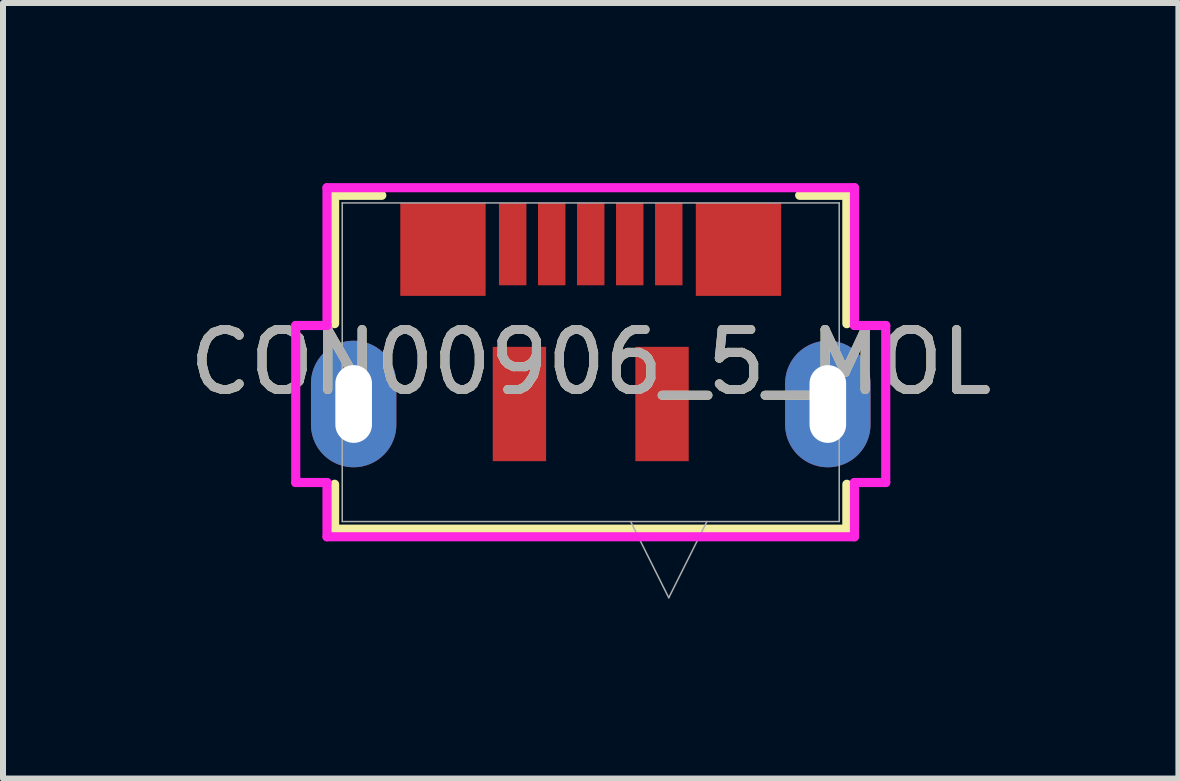
<source format=kicad_pcb>
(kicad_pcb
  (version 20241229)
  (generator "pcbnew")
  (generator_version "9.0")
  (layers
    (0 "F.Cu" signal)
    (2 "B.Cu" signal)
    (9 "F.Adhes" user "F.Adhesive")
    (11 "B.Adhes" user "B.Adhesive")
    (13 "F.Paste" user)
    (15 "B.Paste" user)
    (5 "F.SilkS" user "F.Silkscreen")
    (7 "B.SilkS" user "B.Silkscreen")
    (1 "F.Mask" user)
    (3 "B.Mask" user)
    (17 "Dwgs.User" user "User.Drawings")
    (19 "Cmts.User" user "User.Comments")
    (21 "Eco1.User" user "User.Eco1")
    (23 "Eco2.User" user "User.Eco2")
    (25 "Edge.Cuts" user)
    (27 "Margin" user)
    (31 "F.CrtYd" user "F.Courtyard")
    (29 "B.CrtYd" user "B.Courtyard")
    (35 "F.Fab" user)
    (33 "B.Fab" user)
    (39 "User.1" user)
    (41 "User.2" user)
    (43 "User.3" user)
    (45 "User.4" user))
  (footprint "CON00906_5_MOL"
    (layer "F.Cu")
    (at 6.792 2.985)
    (property "Reference" "CON00906_5_MOL" (at 0 0 0) (unlocked yes) (layer "F.SilkS") (effects (font (size 1 1) (thickness 0.15))))
    (attr smd)
    (fp_line (start -4.267 -2.781) (end -4.267 -0.642) (stroke (width 0.152) (type solid)) (layer "F.SilkS"))
    (fp_line (start -4.267 2.033) (end -4.267 2.781) (stroke (width 0.152) (type solid)) (layer "F.SilkS"))
    (fp_line (start -4.267 2.781) (end 4.267 2.781) (stroke (width 0.152) (type solid)) (layer "F.SilkS"))
    (fp_line (start -3.481 -2.781) (end -4.267 -2.781) (stroke (width 0.152) (type solid)) (layer "F.SilkS"))
    (fp_line (start 4.267 -2.781) (end 3.481 -2.781) (stroke (width 0.152) (type solid)) (layer "F.SilkS"))
    (fp_line (start 4.267 -0.642) (end 4.267 -2.781) (stroke (width 0.152) (type solid)) (layer "F.SilkS"))
    (fp_line (start 4.267 2.781) (end 4.267 2.033) (stroke (width 0.152) (type solid)) (layer "F.SilkS"))
    (fp_line (start -4.915 -0.612) (end -4.915 2.004) (stroke (width 0.152) (type solid)) (layer "F.CrtYd"))
    (fp_line (start -4.915 2.004) (end -4.394 2.004) (stroke (width 0.152) (type solid)) (layer "F.CrtYd"))
    (fp_line (start -4.394 -2.908) (end -4.394 -0.612) (stroke (width 0.152) (type solid)) (layer "F.CrtYd"))
    (fp_line (start -4.394 -0.612) (end -4.915 -0.612) (stroke (width 0.152) (type solid)) (layer "F.CrtYd"))
    (fp_line (start -4.394 2.004) (end -4.394 2.908) (stroke (width 0.152) (type solid)) (layer "F.CrtYd"))
    (fp_line (start -4.394 2.908) (end 4.394 2.908) (stroke (width 0.152) (type solid)) (layer "F.CrtYd"))
    (fp_line (start 4.394 -2.908) (end -4.394 -2.908) (stroke (width 0.152) (type solid)) (layer "F.CrtYd"))
    (fp_line (start 4.394 -0.612) (end 4.394 -2.908) (stroke (width 0.152) (type solid)) (layer "F.CrtYd"))
    (fp_line (start 4.394 2.004) (end 4.915 2.004) (stroke (width 0.152) (type solid)) (layer "F.CrtYd"))
    (fp_line (start 4.394 2.908) (end 4.394 2.004) (stroke (width 0.152) (type solid)) (layer "F.CrtYd"))
    (fp_line (start 4.915 -0.612) (end 4.394 -0.612) (stroke (width 0.152) (type solid)) (layer "F.CrtYd"))
    (fp_line (start 4.915 2.004) (end 4.915 -0.612) (stroke (width 0.152) (type solid)) (layer "F.CrtYd"))
    (fp_line (start -4.14 -2.654) (end -4.14 2.654) (stroke (width 0.025) (type solid)) (layer "F.Fab"))
    (fp_line (start -4.14 2.654) (end 4.14 2.654) (stroke (width 0.025) (type solid)) (layer "F.Fab"))
    (fp_line (start 0.665 2.654) (end 1.3 3.924) (stroke (width 0.025) (type solid)) (layer "F.Fab"))
    (fp_line (start 1.935 2.654) (end 1.3 3.924) (stroke (width 0.025) (type solid)) (layer "F.Fab"))
    (fp_line (start 4.14 -2.654) (end -4.14 -2.654) (stroke (width 0.025) (type solid)) (layer "F.Fab"))
    (fp_line (start 4.14 2.654) (end 4.14 -2.654) (stroke (width 0.025) (type solid)) (layer "F.Fab"))
    (fp_text user "${REFERENCE}" (at 0 0 0) (unlocked yes) (layer "F.Fab") (effects (font (size 1 1) (thickness 0.15))))
    (pad "" np_thru_hole oval (at -3.95 0.696 90) (size 2.108 1.422) (drill oval 1.295 0.61) (layers "*.Cu" "*.Mask"))
    (pad "" np_thru_hole oval (at 3.95 0.696 90) (size 2.108 1.422) (drill oval 1.295 0.61) (layers "*.Cu" "*.Mask"))
    (pad "1" smd rect (at 1.3 -1.968) (size 0.457 1.372) (layers "F.Cu" "F.Mask" "F.Paste"))
    (pad "2" smd rect (at 0.65 -1.968) (size 0.457 1.372) (layers "F.Cu" "F.Mask" "F.Paste"))
    (pad "3" smd rect (at 0 -1.968) (size 0.457 1.372) (layers "F.Cu" "F.Mask" "F.Paste"))
    (pad "4" smd rect (at -0.65 -1.968) (size 0.457 1.372) (layers "F.Cu" "F.Mask" "F.Paste"))
    (pad "5" smd rect (at -1.3 -1.968) (size 0.457 1.372) (layers "F.Cu" "F.Mask" "F.Paste"))
    (pad "6" smd rect (at -2.462 -1.88 90) (size 1.549 1.422) (layers "F.Cu" "F.Mask" "F.Paste"))
    (pad "7" smd rect (at 2.462 -1.88 90) (size 1.549 1.422) (layers "F.Cu" "F.Mask" "F.Paste"))
    (pad "8" smd rect (at -1.188 0.696) (size 0.889 1.905) (layers "F.Cu" "F.Mask" "F.Paste"))
    (pad "9" smd rect (at 1.188 0.696) (size 0.889 1.905) (layers "F.Cu" "F.Mask" "F.Paste")))
  (gr_rect
    (start -3 -3)
    (end 16.583 9.921)
    (stroke (width 0.1) (type default))
    (fill no)
    (layer "Edge.Cuts")))
</source>
